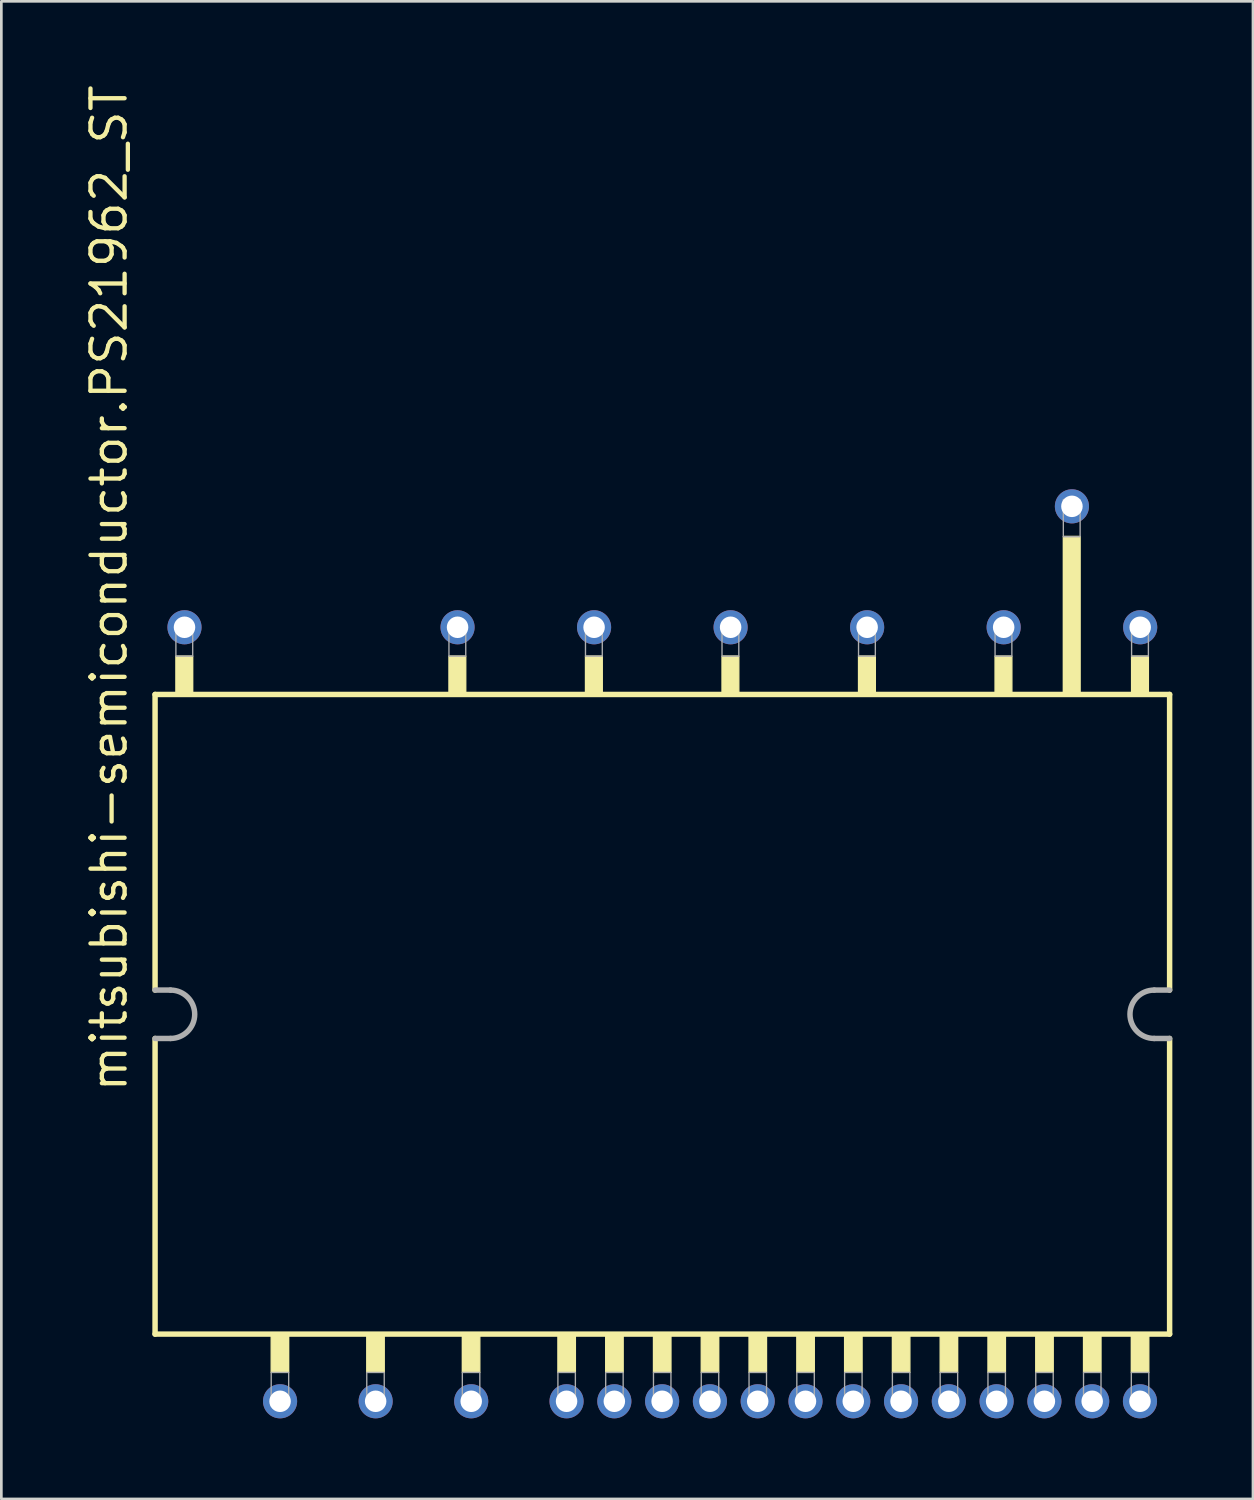
<source format=kicad_pcb>
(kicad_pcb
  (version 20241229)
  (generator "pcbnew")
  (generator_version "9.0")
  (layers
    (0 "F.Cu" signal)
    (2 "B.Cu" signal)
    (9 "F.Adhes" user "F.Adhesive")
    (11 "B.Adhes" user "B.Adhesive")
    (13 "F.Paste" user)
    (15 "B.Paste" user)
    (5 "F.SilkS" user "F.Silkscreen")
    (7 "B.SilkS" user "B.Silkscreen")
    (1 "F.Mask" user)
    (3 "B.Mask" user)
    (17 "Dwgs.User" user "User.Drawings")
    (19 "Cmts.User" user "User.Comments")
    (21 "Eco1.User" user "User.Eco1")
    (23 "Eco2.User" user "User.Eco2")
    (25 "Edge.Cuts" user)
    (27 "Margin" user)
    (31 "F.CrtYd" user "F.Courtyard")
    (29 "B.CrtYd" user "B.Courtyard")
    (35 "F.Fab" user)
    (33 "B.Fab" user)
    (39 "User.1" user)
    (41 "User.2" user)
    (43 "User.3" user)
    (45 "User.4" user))
  (footprint "mitsubishi-semiconductor.PS21962_ST"
    (layer "F.Cu")
    (at 21.595 34.69)
    (property "Reference" "mitsubishi-semiconductor.PS21962_ST" (at -19.845 2.971 90) (layer "F.SilkS") (effects (font (size 1.27 1.27) (thickness 0.16)) (justify left bottom)))
    (attr through_hole)
    (fp_line (start -18.875 -11.9) (end 18.875 -11.9) (stroke (width 0.203) (type default)) (layer "F.SilkS"))
    (fp_line (start -18.875 -0.9) (end -18.875 -11.9) (stroke (width 0.203) (type default)) (layer "F.SilkS"))
    (fp_line (start -18.875 11.9) (end -18.875 0.9) (stroke (width 0.203) (type default)) (layer "F.SilkS"))
    (fp_line (start 18.875 -11.9) (end 18.875 -0.9) (stroke (width 0.203) (type default)) (layer "F.SilkS"))
    (fp_line (start 18.875 0.9) (end 18.875 11.9) (stroke (width 0.203) (type default)) (layer "F.SilkS"))
    (fp_line (start 18.875 11.9) (end -18.875 11.9) (stroke (width 0.203) (type default)) (layer "F.SilkS"))
    (fp_rect (start -18.1 -11.95) (end -17.475 -13.325) (stroke (width 0.05) (type default)) (fill yes) (layer "F.SilkS"))
    (fp_rect (start -14.554 13.325) (end -13.904 11.95) (stroke (width 0.05) (type default)) (fill yes) (layer "F.SilkS"))
    (fp_rect (start -10.998 13.325) (end -10.348 11.95) (stroke (width 0.05) (type default)) (fill yes) (layer "F.SilkS"))
    (fp_rect (start -7.94 -11.95) (end -7.315 -13.325) (stroke (width 0.05) (type default)) (fill yes) (layer "F.SilkS"))
    (fp_rect (start -7.442 13.325) (end -6.792 11.95) (stroke (width 0.05) (type default)) (fill yes) (layer "F.SilkS"))
    (fp_rect (start -3.886 13.325) (end -3.236 11.95) (stroke (width 0.05) (type default)) (fill yes) (layer "F.SilkS"))
    (fp_rect (start -2.86 -11.95) (end -2.235 -13.325) (stroke (width 0.05) (type default)) (fill yes) (layer "F.SilkS"))
    (fp_rect (start -2.108 13.325) (end -1.458 11.95) (stroke (width 0.05) (type default)) (fill yes) (layer "F.SilkS"))
    (fp_rect (start -0.33 13.325) (end 0.32 11.95) (stroke (width 0.05) (type default)) (fill yes) (layer "F.SilkS"))
    (fp_rect (start 1.448 13.325) (end 2.098 11.95) (stroke (width 0.05) (type default)) (fill yes) (layer "F.SilkS"))
    (fp_rect (start 2.22 -11.95) (end 2.845 -13.325) (stroke (width 0.05) (type default)) (fill yes) (layer "F.SilkS"))
    (fp_rect (start 3.226 13.325) (end 3.876 11.95) (stroke (width 0.05) (type default)) (fill yes) (layer "F.SilkS"))
    (fp_rect (start 5.004 13.325) (end 5.654 11.95) (stroke (width 0.05) (type default)) (fill yes) (layer "F.SilkS"))
    (fp_rect (start 6.782 13.325) (end 7.432 11.95) (stroke (width 0.05) (type default)) (fill yes) (layer "F.SilkS"))
    (fp_rect (start 7.3 -11.95) (end 7.925 -13.325) (stroke (width 0.05) (type default)) (fill yes) (layer "F.SilkS"))
    (fp_rect (start 8.56 13.325) (end 9.21 11.95) (stroke (width 0.05) (type default)) (fill yes) (layer "F.SilkS"))
    (fp_rect (start 10.338 13.325) (end 10.988 11.95) (stroke (width 0.05) (type default)) (fill yes) (layer "F.SilkS"))
    (fp_rect (start 12.116 13.325) (end 12.766 11.95) (stroke (width 0.05) (type default)) (fill yes) (layer "F.SilkS"))
    (fp_rect (start 12.38 -11.95) (end 13.005 -13.325) (stroke (width 0.05) (type default)) (fill yes) (layer "F.SilkS"))
    (fp_rect (start 13.894 13.325) (end 14.544 11.95) (stroke (width 0.05) (type default)) (fill yes) (layer "F.SilkS"))
    (fp_rect (start 14.92 -11.95) (end 15.545 -17.78) (stroke (width 0.05) (type default)) (fill yes) (layer "F.SilkS"))
    (fp_rect (start 15.672 13.325) (end 16.322 11.95) (stroke (width 0.05) (type default)) (fill yes) (layer "F.SilkS"))
    (fp_rect (start 17.45 13.325) (end 18.1 11.95) (stroke (width 0.05) (type default)) (fill yes) (layer "F.SilkS"))
    (fp_rect (start 17.46 -11.95) (end 18.085 -13.325) (stroke (width 0.05) (type default)) (fill yes) (layer "F.SilkS"))
    (fp_line (start -18.3 -0.9) (end -18.875 -0.9) (stroke (width 0.203) (type default)) (layer "F.Fab"))
    (fp_line (start -18.3 0.9) (end -18.875 0.9) (stroke (width 0.203) (type default)) (layer "F.Fab"))
    (fp_line (start 18.3 -0.9) (end 18.875 -0.9) (stroke (width 0.203) (type default)) (layer "F.Fab"))
    (fp_line (start 18.3 0.9) (end 18.875 0.9) (stroke (width 0.203) (type default)) (layer "F.Fab"))
    (fp_rect (start -18.1 -13.325) (end -17.475 -14.575) (stroke (width 0.05) (type default)) (fill no) (layer "F.Fab"))
    (fp_rect (start -14.554 14.575) (end -13.904 13.325) (stroke (width 0.05) (type default)) (fill no) (layer "F.Fab"))
    (fp_rect (start -10.998 14.575) (end -10.348 13.325) (stroke (width 0.05) (type default)) (fill no) (layer "F.Fab"))
    (fp_rect (start -7.94 -13.325) (end -7.315 -14.575) (stroke (width 0.05) (type default)) (fill no) (layer "F.Fab"))
    (fp_rect (start -7.442 14.575) (end -6.792 13.325) (stroke (width 0.05) (type default)) (fill no) (layer "F.Fab"))
    (fp_rect (start -3.886 14.575) (end -3.236 13.325) (stroke (width 0.05) (type default)) (fill no) (layer "F.Fab"))
    (fp_rect (start -2.86 -13.325) (end -2.235 -14.575) (stroke (width 0.05) (type default)) (fill no) (layer "F.Fab"))
    (fp_rect (start -2.108 14.575) (end -1.458 13.325) (stroke (width 0.05) (type default)) (fill no) (layer "F.Fab"))
    (fp_rect (start -0.33 14.575) (end 0.32 13.325) (stroke (width 0.05) (type default)) (fill no) (layer "F.Fab"))
    (fp_rect (start 1.448 14.575) (end 2.098 13.325) (stroke (width 0.05) (type default)) (fill no) (layer "F.Fab"))
    (fp_rect (start 2.22 -13.325) (end 2.845 -14.575) (stroke (width 0.05) (type default)) (fill no) (layer "F.Fab"))
    (fp_rect (start 3.226 14.575) (end 3.876 13.325) (stroke (width 0.05) (type default)) (fill no) (layer "F.Fab"))
    (fp_rect (start 5.004 14.575) (end 5.654 13.325) (stroke (width 0.05) (type default)) (fill no) (layer "F.Fab"))
    (fp_rect (start 6.782 14.575) (end 7.432 13.325) (stroke (width 0.05) (type default)) (fill no) (layer "F.Fab"))
    (fp_rect (start 7.3 -13.325) (end 7.925 -14.575) (stroke (width 0.05) (type default)) (fill no) (layer "F.Fab"))
    (fp_rect (start 8.56 14.575) (end 9.21 13.325) (stroke (width 0.05) (type default)) (fill no) (layer "F.Fab"))
    (fp_rect (start 10.338 14.575) (end 10.988 13.325) (stroke (width 0.05) (type default)) (fill no) (layer "F.Fab"))
    (fp_rect (start 12.116 14.575) (end 12.766 13.325) (stroke (width 0.05) (type default)) (fill no) (layer "F.Fab"))
    (fp_rect (start 12.38 -13.325) (end 13.005 -14.575) (stroke (width 0.05) (type default)) (fill no) (layer "F.Fab"))
    (fp_rect (start 13.894 14.575) (end 14.544 13.325) (stroke (width 0.05) (type default)) (fill no) (layer "F.Fab"))
    (fp_rect (start 14.92 -17.77) (end 15.545 -19.15) (stroke (width 0.05) (type default)) (fill no) (layer "F.Fab"))
    (fp_rect (start 15.672 14.575) (end 16.322 13.325) (stroke (width 0.05) (type default)) (fill no) (layer "F.Fab"))
    (fp_rect (start 17.45 14.575) (end 18.1 13.325) (stroke (width 0.05) (type default)) (fill no) (layer "F.Fab"))
    (fp_rect (start 17.46 -13.325) (end 18.085 -14.575) (stroke (width 0.05) (type default)) (fill no) (layer "F.Fab"))
    (fp_arc (start -18.3 -0.9) (mid -17.4 0) (end -18.3 0.9) (stroke (width 0.2032) (type default)) (layer "F.Fab"))
    (fp_arc (start 18.3 0.9) (mid 17.4 0) (end 18.3 -0.9) (stroke (width 0.2032) (type default)) (layer "F.Fab"))
    (pad "2" thru_hole circle (at -14.224 14.4) (size 1.27 1.27) (drill 0.8) (layers "*.Cu" "*.Mask"))
    (pad "3" thru_hole circle (at -10.668 14.4) (size 1.27 1.27) (drill 0.8) (layers "*.Cu" "*.Mask"))
    (pad "4" thru_hole circle (at -7.112 14.4) (size 1.27 1.27) (drill 0.8) (layers "*.Cu" "*.Mask"))
    (pad "5" thru_hole circle (at -3.564 14.4) (size 1.27 1.27) (drill 0.8) (layers "*.Cu" "*.Mask"))
    (pad "6" thru_hole circle (at -1.786 14.4) (size 1.27 1.27) (drill 0.8) (layers "*.Cu" "*.Mask"))
    (pad "7" thru_hole circle (at -0.008 14.4) (size 1.27 1.27) (drill 0.8) (layers "*.Cu" "*.Mask"))
    (pad "8" thru_hole circle (at 1.77 14.4) (size 1.27 1.27) (drill 0.8) (layers "*.Cu" "*.Mask"))
    (pad "9" thru_hole circle (at 3.548 14.4) (size 1.27 1.27) (drill 0.8) (layers "*.Cu" "*.Mask"))
    (pad "10" thru_hole circle (at 5.326 14.4) (size 1.27 1.27) (drill 0.8) (layers "*.Cu" "*.Mask"))
    (pad "11" thru_hole circle (at 7.104 14.4) (size 1.27 1.27) (drill 0.8) (layers "*.Cu" "*.Mask"))
    (pad "12" thru_hole circle (at 8.882 14.4) (size 1.27 1.27) (drill 0.8) (layers "*.Cu" "*.Mask"))
    (pad "13" thru_hole circle (at 10.66 14.4) (size 1.27 1.27) (drill 0.8) (layers "*.Cu" "*.Mask"))
    (pad "14" thru_hole circle (at 12.438 14.4) (size 1.27 1.27) (drill 0.8) (layers "*.Cu" "*.Mask"))
    (pad "15" thru_hole circle (at 14.216 14.4) (size 1.27 1.27) (drill 0.8) (layers "*.Cu" "*.Mask"))
    (pad "16" thru_hole circle (at 15.994 14.4) (size 1.27 1.27) (drill 0.8) (layers "*.Cu" "*.Mask"))
    (pad "17" thru_hole circle (at 17.772 14.4) (size 1.27 1.27) (drill 0.8) (layers "*.Cu" "*.Mask"))
    (pad "18" thru_hole circle (at 17.78 -14.4) (size 1.27 1.27) (drill 0.8) (layers "*.Cu" "*.Mask"))
    (pad "19" thru_hole circle (at 15.24 -18.9) (size 1.27 1.27) (drill 0.8) (layers "*.Cu" "*.Mask"))
    (pad "20" thru_hole circle (at 12.7 -14.4) (size 1.27 1.27) (drill 0.8) (layers "*.Cu" "*.Mask"))
    (pad "21" thru_hole circle (at 7.62 -14.4) (size 1.27 1.27) (drill 0.8) (layers "*.Cu" "*.Mask"))
    (pad "22" thru_hole circle (at 2.54 -14.4) (size 1.27 1.27) (drill 0.8) (layers "*.Cu" "*.Mask"))
    (pad "23" thru_hole circle (at -2.54 -14.4) (size 1.27 1.27) (drill 0.8) (layers "*.Cu" "*.Mask"))
    (pad "24" thru_hole circle (at -7.62 -14.4) (size 1.27 1.27) (drill 0.8) (layers "*.Cu" "*.Mask"))
    (pad "25" thru_hole circle (at -17.78 -14.4) (size 1.27 1.27) (drill 0.8) (layers "*.Cu" "*.Mask")))
  (gr_rect
    (start -3 -3)
    (end 43.572 52.725)
    (stroke (width 0.1) (type default))
    (fill no)
    (layer "Edge.Cuts")))
</source>
